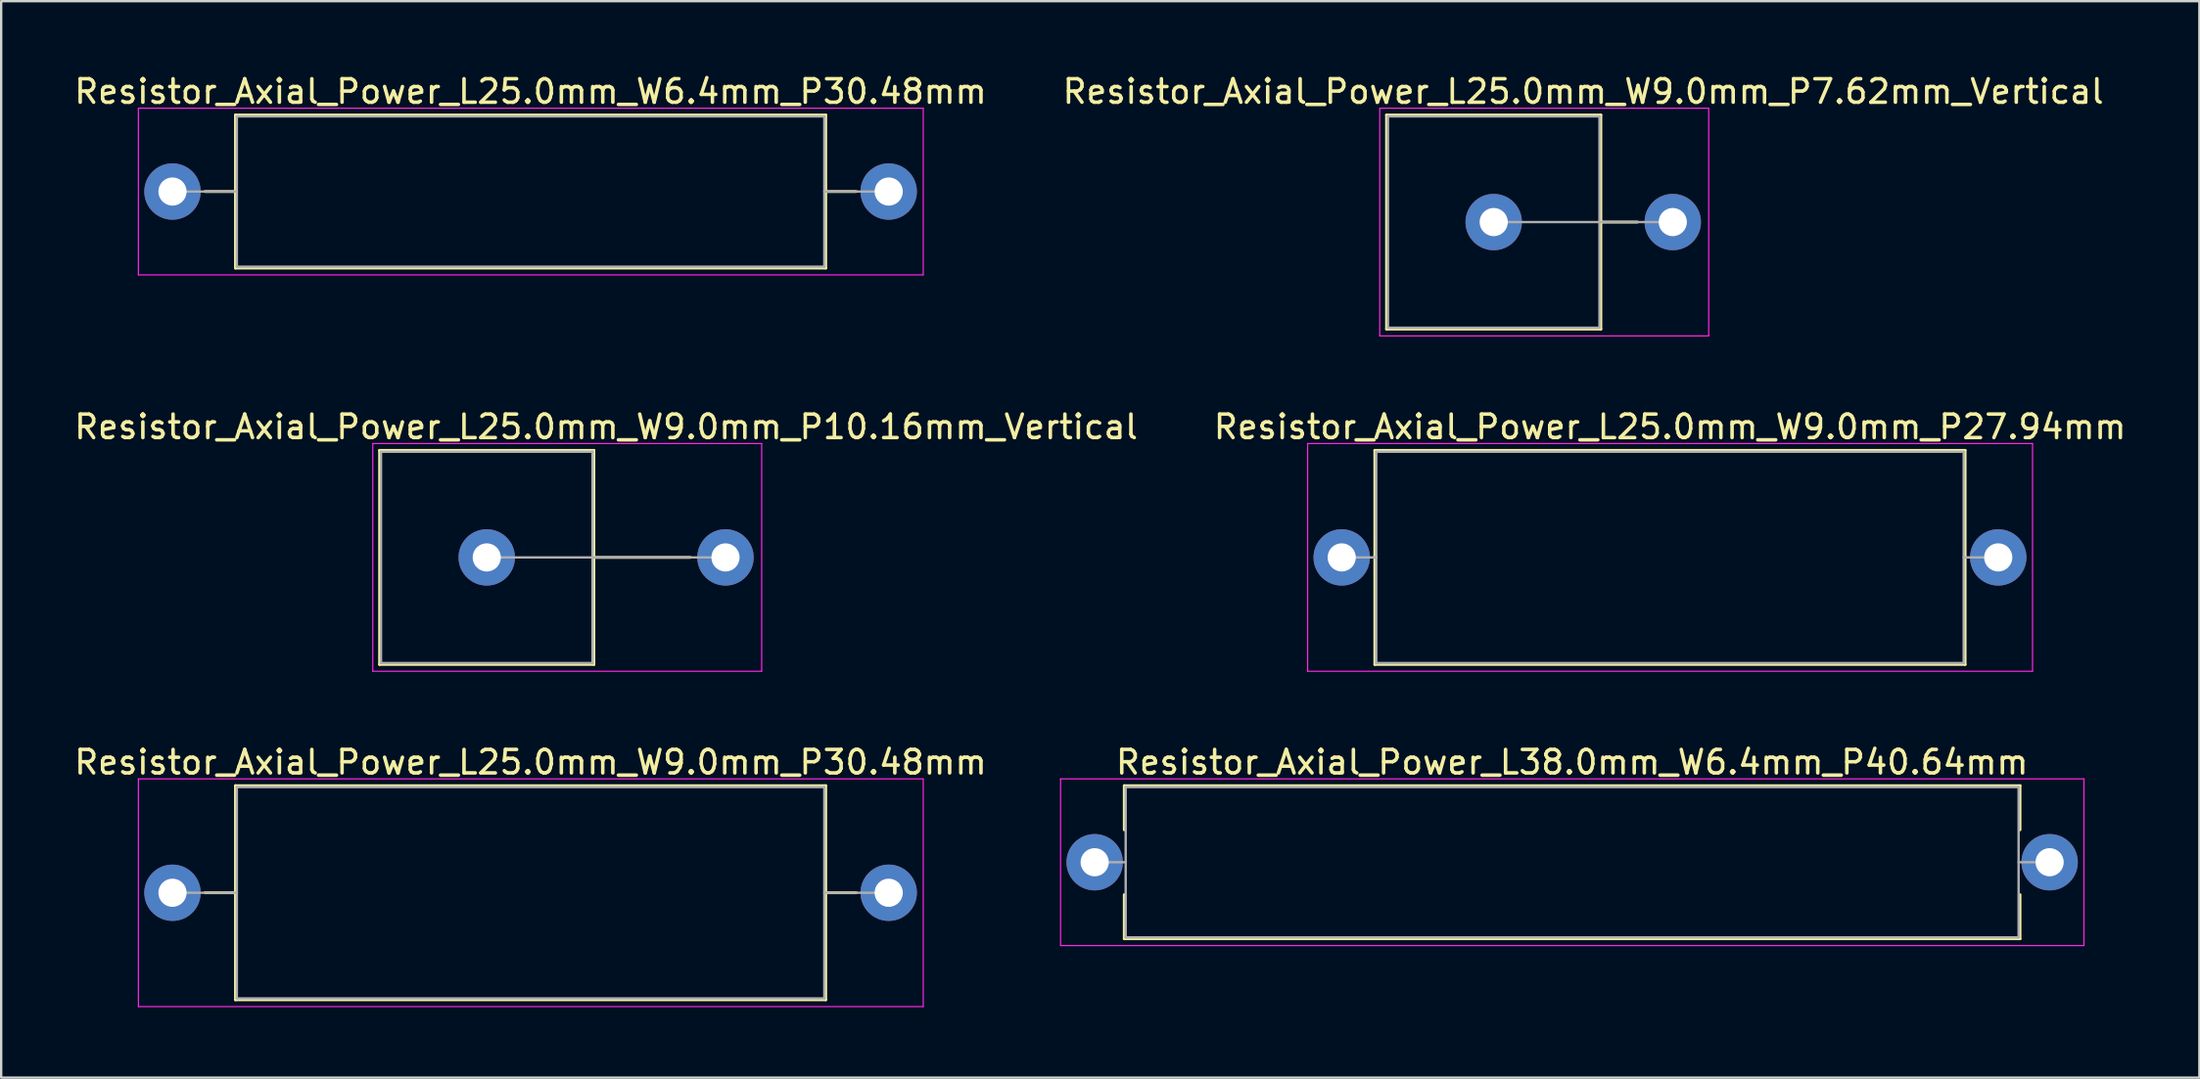
<source format=kicad_pcb>
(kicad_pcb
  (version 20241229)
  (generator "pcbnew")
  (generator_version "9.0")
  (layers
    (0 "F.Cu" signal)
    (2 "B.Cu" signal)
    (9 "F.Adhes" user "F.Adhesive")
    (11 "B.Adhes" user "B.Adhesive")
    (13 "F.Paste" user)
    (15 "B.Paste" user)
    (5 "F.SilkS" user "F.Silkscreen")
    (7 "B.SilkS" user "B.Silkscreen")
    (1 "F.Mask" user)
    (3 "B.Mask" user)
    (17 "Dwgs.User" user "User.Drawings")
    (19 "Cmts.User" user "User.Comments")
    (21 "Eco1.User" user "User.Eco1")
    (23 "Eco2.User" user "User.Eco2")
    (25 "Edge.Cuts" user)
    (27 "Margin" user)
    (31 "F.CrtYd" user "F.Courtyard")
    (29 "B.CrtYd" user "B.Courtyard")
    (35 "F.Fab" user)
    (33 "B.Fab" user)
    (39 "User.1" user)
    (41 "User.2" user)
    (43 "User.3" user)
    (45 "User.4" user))
  (footprint "Resistor_Axial_Power_L25.0mm_W9.0mm_P7.62mm_Vertical"
    (layer "F.Cu")
    (at 60.517 6.408)
    (property "Reference" "Resistor_Axial_Power_L25.0mm_W9.0mm_P7.62mm_Vertical" (at 3.81 -5.56 0) (layer "F.SilkS") (effects (font (size 1 1) (thickness 0.15))))
    (attr through_hole)
    (fp_line (start -4.56 -4.56) (end -4.56 4.56) (stroke (width 0.12) (type solid)) (layer "F.SilkS"))
    (fp_line (start -4.56 4.56) (end 4.56 4.56) (stroke (width 0.12) (type solid)) (layer "F.SilkS"))
    (fp_line (start 4.56 -4.56) (end -4.56 -4.56) (stroke (width 0.12) (type solid)) (layer "F.SilkS"))
    (fp_line (start 4.56 0) (end 6.12 0) (stroke (width 0.12) (type solid)) (layer "F.SilkS"))
    (fp_line (start 4.56 4.56) (end 4.56 -4.56) (stroke (width 0.12) (type solid)) (layer "F.SilkS"))
    (fp_line (start -4.85 -4.85) (end -4.85 4.85) (stroke (width 0.05) (type solid)) (layer "F.CrtYd"))
    (fp_line (start -4.85 4.85) (end 9.15 4.85) (stroke (width 0.05) (type solid)) (layer "F.CrtYd"))
    (fp_line (start 9.15 -4.85) (end -4.85 -4.85) (stroke (width 0.05) (type solid)) (layer "F.CrtYd"))
    (fp_line (start 9.15 4.85) (end 9.15 -4.85) (stroke (width 0.05) (type solid)) (layer "F.CrtYd"))
    (fp_line (start -4.5 -4.5) (end -4.5 4.5) (stroke (width 0.1) (type solid)) (layer "F.Fab"))
    (fp_line (start -4.5 4.5) (end 4.5 4.5) (stroke (width 0.1) (type solid)) (layer "F.Fab"))
    (fp_line (start 0 0) (end 7.62 0) (stroke (width 0.1) (type solid)) (layer "F.Fab"))
    (fp_line (start 4.5 -4.5) (end -4.5 -4.5) (stroke (width 0.1) (type solid)) (layer "F.Fab"))
    (fp_line (start 4.5 4.5) (end 4.5 -4.5) (stroke (width 0.1) (type solid)) (layer "F.Fab"))
    (pad "1" thru_hole circle (at 0 0) (size 2.4 2.4) (drill 1.2) (layers "*.Cu" "*.Mask"))
    (pad "2" thru_hole oval (at 7.62 0) (size 2.4 2.4) (drill 1.2) (layers "*.Cu" "*.Mask")))
  (footprint "Resistor_Axial_Power_L38.0mm_W6.4mm_P40.64mm"
    (layer "F.Cu")
    (at 43.535 33.675)
    (property "Reference" "Resistor_Axial_Power_L38.0mm_W6.4mm_P40.64mm" (at 20.32 -4.26 0) (layer "F.SilkS") (effects (font (size 1 1) (thickness 0.15))))
    (attr through_hole)
    (fp_line (start 1.26 -3.26) (end 39.38 -3.26) (stroke (width 0.12) (type solid)) (layer "F.SilkS"))
    (fp_line (start 1.26 -1.38) (end 1.26 -3.26) (stroke (width 0.12) (type solid)) (layer "F.SilkS"))
    (fp_line (start 1.26 1.38) (end 1.26 3.26) (stroke (width 0.12) (type solid)) (layer "F.SilkS"))
    (fp_line (start 1.26 3.26) (end 39.38 3.26) (stroke (width 0.12) (type solid)) (layer "F.SilkS"))
    (fp_line (start 39.38 -3.26) (end 39.38 -1.38) (stroke (width 0.12) (type solid)) (layer "F.SilkS"))
    (fp_line (start 39.38 3.26) (end 39.38 1.38) (stroke (width 0.12) (type solid)) (layer "F.SilkS"))
    (fp_line (start -1.45 -3.55) (end -1.45 3.55) (stroke (width 0.05) (type solid)) (layer "F.CrtYd"))
    (fp_line (start -1.45 3.55) (end 42.1 3.55) (stroke (width 0.05) (type solid)) (layer "F.CrtYd"))
    (fp_line (start 42.1 -3.55) (end -1.45 -3.55) (stroke (width 0.05) (type solid)) (layer "F.CrtYd"))
    (fp_line (start 42.1 3.55) (end 42.1 -3.55) (stroke (width 0.05) (type solid)) (layer "F.CrtYd"))
    (fp_line (start 0 0) (end 1.32 0) (stroke (width 0.1) (type solid)) (layer "F.Fab"))
    (fp_line (start 1.32 -3.2) (end 1.32 3.2) (stroke (width 0.1) (type solid)) (layer "F.Fab"))
    (fp_line (start 1.32 3.2) (end 39.32 3.2) (stroke (width 0.1) (type solid)) (layer "F.Fab"))
    (fp_line (start 39.32 -3.2) (end 1.32 -3.2) (stroke (width 0.1) (type solid)) (layer "F.Fab"))
    (fp_line (start 39.32 3.2) (end 39.32 -3.2) (stroke (width 0.1) (type solid)) (layer "F.Fab"))
    (fp_line (start 40.64 0) (end 39.32 0) (stroke (width 0.1) (type solid)) (layer "F.Fab"))
    (pad "1" thru_hole circle (at 0 0) (size 2.4 2.4) (drill 1.2) (layers "*.Cu" "*.Mask"))
    (pad "2" thru_hole oval (at 40.64 0) (size 2.4 2.4) (drill 1.2) (layers "*.Cu" "*.Mask")))
  (footprint "Resistor_Axial_Power_L25.0mm_W9.0mm_P27.94mm"
    (layer "F.Cu")
    (at 54.048 20.692)
    (property "Reference" "Resistor_Axial_Power_L25.0mm_W9.0mm_P27.94mm" (at 13.97 -5.56 0) (layer "F.SilkS") (effects (font (size 1 1) (thickness 0.15))))
    (attr through_hole)
    (fp_line (start 1.38 0) (end 1.41 0) (stroke (width 0.12) (type solid)) (layer "F.SilkS"))
    (fp_line (start 1.41 -4.56) (end 1.41 4.56) (stroke (width 0.12) (type solid)) (layer "F.SilkS"))
    (fp_line (start 1.41 4.56) (end 26.53 4.56) (stroke (width 0.12) (type solid)) (layer "F.SilkS"))
    (fp_line (start 26.53 -4.56) (end 1.41 -4.56) (stroke (width 0.12) (type solid)) (layer "F.SilkS"))
    (fp_line (start 26.53 4.56) (end 26.53 -4.56) (stroke (width 0.12) (type solid)) (layer "F.SilkS"))
    (fp_line (start 26.56 0) (end 26.53 0) (stroke (width 0.12) (type solid)) (layer "F.SilkS"))
    (fp_line (start -1.45 -4.85) (end -1.45 4.85) (stroke (width 0.05) (type solid)) (layer "F.CrtYd"))
    (fp_line (start -1.45 4.85) (end 29.4 4.85) (stroke (width 0.05) (type solid)) (layer "F.CrtYd"))
    (fp_line (start 29.4 -4.85) (end -1.45 -4.85) (stroke (width 0.05) (type solid)) (layer "F.CrtYd"))
    (fp_line (start 29.4 4.85) (end 29.4 -4.85) (stroke (width 0.05) (type solid)) (layer "F.CrtYd"))
    (fp_line (start 0 0) (end 1.47 0) (stroke (width 0.1) (type solid)) (layer "F.Fab"))
    (fp_line (start 1.47 -4.5) (end 1.47 4.5) (stroke (width 0.1) (type solid)) (layer "F.Fab"))
    (fp_line (start 1.47 4.5) (end 26.47 4.5) (stroke (width 0.1) (type solid)) (layer "F.Fab"))
    (fp_line (start 26.47 -4.5) (end 1.47 -4.5) (stroke (width 0.1) (type solid)) (layer "F.Fab"))
    (fp_line (start 26.47 4.5) (end 26.47 -4.5) (stroke (width 0.1) (type solid)) (layer "F.Fab"))
    (fp_line (start 27.94 0) (end 26.47 0) (stroke (width 0.1) (type solid)) (layer "F.Fab"))
    (pad "1" thru_hole circle (at 0 0) (size 2.4 2.4) (drill 1.2) (layers "*.Cu" "*.Mask"))
    (pad "2" thru_hole oval (at 27.94 0) (size 2.4 2.4) (drill 1.2) (layers "*.Cu" "*.Mask")))
  (footprint "Resistor_Axial_Power_L25.0mm_W9.0mm_P30.48mm"
    (layer "F.Cu")
    (at 4.29 34.975)
    (property "Reference" "Resistor_Axial_Power_L25.0mm_W9.0mm_P30.48mm" (at 15.24 -5.56 0) (layer "F.SilkS") (effects (font (size 1 1) (thickness 0.15))))
    (attr through_hole)
    (fp_line (start 1.38 0) (end 2.68 0) (stroke (width 0.12) (type solid)) (layer "F.SilkS"))
    (fp_line (start 2.68 -4.56) (end 2.68 4.56) (stroke (width 0.12) (type solid)) (layer "F.SilkS"))
    (fp_line (start 2.68 4.56) (end 27.8 4.56) (stroke (width 0.12) (type solid)) (layer "F.SilkS"))
    (fp_line (start 27.8 -4.56) (end 2.68 -4.56) (stroke (width 0.12) (type solid)) (layer "F.SilkS"))
    (fp_line (start 27.8 4.56) (end 27.8 -4.56) (stroke (width 0.12) (type solid)) (layer "F.SilkS"))
    (fp_line (start 29.1 0) (end 27.8 0) (stroke (width 0.12) (type solid)) (layer "F.SilkS"))
    (fp_line (start -1.45 -4.85) (end -1.45 4.85) (stroke (width 0.05) (type solid)) (layer "F.CrtYd"))
    (fp_line (start -1.45 4.85) (end 31.95 4.85) (stroke (width 0.05) (type solid)) (layer "F.CrtYd"))
    (fp_line (start 31.95 -4.85) (end -1.45 -4.85) (stroke (width 0.05) (type solid)) (layer "F.CrtYd"))
    (fp_line (start 31.95 4.85) (end 31.95 -4.85) (stroke (width 0.05) (type solid)) (layer "F.CrtYd"))
    (fp_line (start 0 0) (end 2.74 0) (stroke (width 0.1) (type solid)) (layer "F.Fab"))
    (fp_line (start 2.74 -4.5) (end 2.74 4.5) (stroke (width 0.1) (type solid)) (layer "F.Fab"))
    (fp_line (start 2.74 4.5) (end 27.74 4.5) (stroke (width 0.1) (type solid)) (layer "F.Fab"))
    (fp_line (start 27.74 -4.5) (end 2.74 -4.5) (stroke (width 0.1) (type solid)) (layer "F.Fab"))
    (fp_line (start 27.74 4.5) (end 27.74 -4.5) (stroke (width 0.1) (type solid)) (layer "F.Fab"))
    (fp_line (start 30.48 0) (end 27.74 0) (stroke (width 0.1) (type solid)) (layer "F.Fab"))
    (pad "1" thru_hole circle (at 0 0) (size 2.4 2.4) (drill 1.2) (layers "*.Cu" "*.Mask"))
    (pad "2" thru_hole oval (at 30.48 0) (size 2.4 2.4) (drill 1.2) (layers "*.Cu" "*.Mask")))
  (footprint "Resistor_Axial_Power_L25.0mm_W6.4mm_P30.48mm"
    (layer "F.Cu")
    (at 4.29 5.108)
    (property "Reference" "Resistor_Axial_Power_L25.0mm_W6.4mm_P30.48mm" (at 15.24 -4.26 0) (layer "F.SilkS") (effects (font (size 1 1) (thickness 0.15))))
    (attr through_hole)
    (fp_line (start 1.38 0) (end 2.68 0) (stroke (width 0.12) (type solid)) (layer "F.SilkS"))
    (fp_line (start 2.68 -3.26) (end 2.68 3.26) (stroke (width 0.12) (type solid)) (layer "F.SilkS"))
    (fp_line (start 2.68 3.26) (end 27.8 3.26) (stroke (width 0.12) (type solid)) (layer "F.SilkS"))
    (fp_line (start 27.8 -3.26) (end 2.68 -3.26) (stroke (width 0.12) (type solid)) (layer "F.SilkS"))
    (fp_line (start 27.8 3.26) (end 27.8 -3.26) (stroke (width 0.12) (type solid)) (layer "F.SilkS"))
    (fp_line (start 29.1 0) (end 27.8 0) (stroke (width 0.12) (type solid)) (layer "F.SilkS"))
    (fp_line (start -1.45 -3.55) (end -1.45 3.55) (stroke (width 0.05) (type solid)) (layer "F.CrtYd"))
    (fp_line (start -1.45 3.55) (end 31.95 3.55) (stroke (width 0.05) (type solid)) (layer "F.CrtYd"))
    (fp_line (start 31.95 -3.55) (end -1.45 -3.55) (stroke (width 0.05) (type solid)) (layer "F.CrtYd"))
    (fp_line (start 31.95 3.55) (end 31.95 -3.55) (stroke (width 0.05) (type solid)) (layer "F.CrtYd"))
    (fp_line (start 0 0) (end 2.74 0) (stroke (width 0.1) (type solid)) (layer "F.Fab"))
    (fp_line (start 2.74 -3.2) (end 2.74 3.2) (stroke (width 0.1) (type solid)) (layer "F.Fab"))
    (fp_line (start 2.74 3.2) (end 27.74 3.2) (stroke (width 0.1) (type solid)) (layer "F.Fab"))
    (fp_line (start 27.74 -3.2) (end 2.74 -3.2) (stroke (width 0.1) (type solid)) (layer "F.Fab"))
    (fp_line (start 27.74 3.2) (end 27.74 -3.2) (stroke (width 0.1) (type solid)) (layer "F.Fab"))
    (fp_line (start 30.48 0) (end 27.74 0) (stroke (width 0.1) (type solid)) (layer "F.Fab"))
    (pad "1" thru_hole circle (at 0 0) (size 2.4 2.4) (drill 1.2) (layers "*.Cu" "*.Mask"))
    (pad "2" thru_hole oval (at 30.48 0) (size 2.4 2.4) (drill 1.2) (layers "*.Cu" "*.Mask")))
  (footprint "Resistor_Axial_Power_L25.0mm_W9.0mm_P10.16mm_Vertical"
    (layer "F.Cu")
    (at 17.664 20.692)
    (property "Reference" "Resistor_Axial_Power_L25.0mm_W9.0mm_P10.16mm_Vertical" (at 5.08 -5.56 0) (layer "F.SilkS") (effects (font (size 1 1) (thickness 0.15))))
    (attr through_hole)
    (fp_line (start -4.56 -4.56) (end -4.56 4.56) (stroke (width 0.12) (type solid)) (layer "F.SilkS"))
    (fp_line (start -4.56 4.56) (end 4.56 4.56) (stroke (width 0.12) (type solid)) (layer "F.SilkS"))
    (fp_line (start 4.56 -4.56) (end -4.56 -4.56) (stroke (width 0.12) (type solid)) (layer "F.SilkS"))
    (fp_line (start 4.56 0) (end 8.66 0) (stroke (width 0.12) (type solid)) (layer "F.SilkS"))
    (fp_line (start 4.56 4.56) (end 4.56 -4.56) (stroke (width 0.12) (type solid)) (layer "F.SilkS"))
    (fp_line (start -4.85 -4.85) (end -4.85 4.85) (stroke (width 0.05) (type solid)) (layer "F.CrtYd"))
    (fp_line (start -4.85 4.85) (end 11.7 4.85) (stroke (width 0.05) (type solid)) (layer "F.CrtYd"))
    (fp_line (start 11.7 -4.85) (end -4.85 -4.85) (stroke (width 0.05) (type solid)) (layer "F.CrtYd"))
    (fp_line (start 11.7 4.85) (end 11.7 -4.85) (stroke (width 0.05) (type solid)) (layer "F.CrtYd"))
    (fp_line (start -4.5 -4.5) (end -4.5 4.5) (stroke (width 0.1) (type solid)) (layer "F.Fab"))
    (fp_line (start -4.5 4.5) (end 4.5 4.5) (stroke (width 0.1) (type solid)) (layer "F.Fab"))
    (fp_line (start 0 0) (end 10.16 0) (stroke (width 0.1) (type solid)) (layer "F.Fab"))
    (fp_line (start 4.5 -4.5) (end -4.5 -4.5) (stroke (width 0.1) (type solid)) (layer "F.Fab"))
    (fp_line (start 4.5 4.5) (end 4.5 -4.5) (stroke (width 0.1) (type solid)) (layer "F.Fab"))
    (pad "1" thru_hole circle (at 0 0) (size 2.4 2.4) (drill 1.2) (layers "*.Cu" "*.Mask"))
    (pad "2" thru_hole oval (at 10.16 0) (size 2.4 2.4) (drill 1.2) (layers "*.Cu" "*.Mask")))
  (gr_rect
    (start -3 -3)
    (end 90.548 42.85)
    (stroke (width 0.1) (type default))
    (fill no)
    (layer "Edge.Cuts")))
</source>
